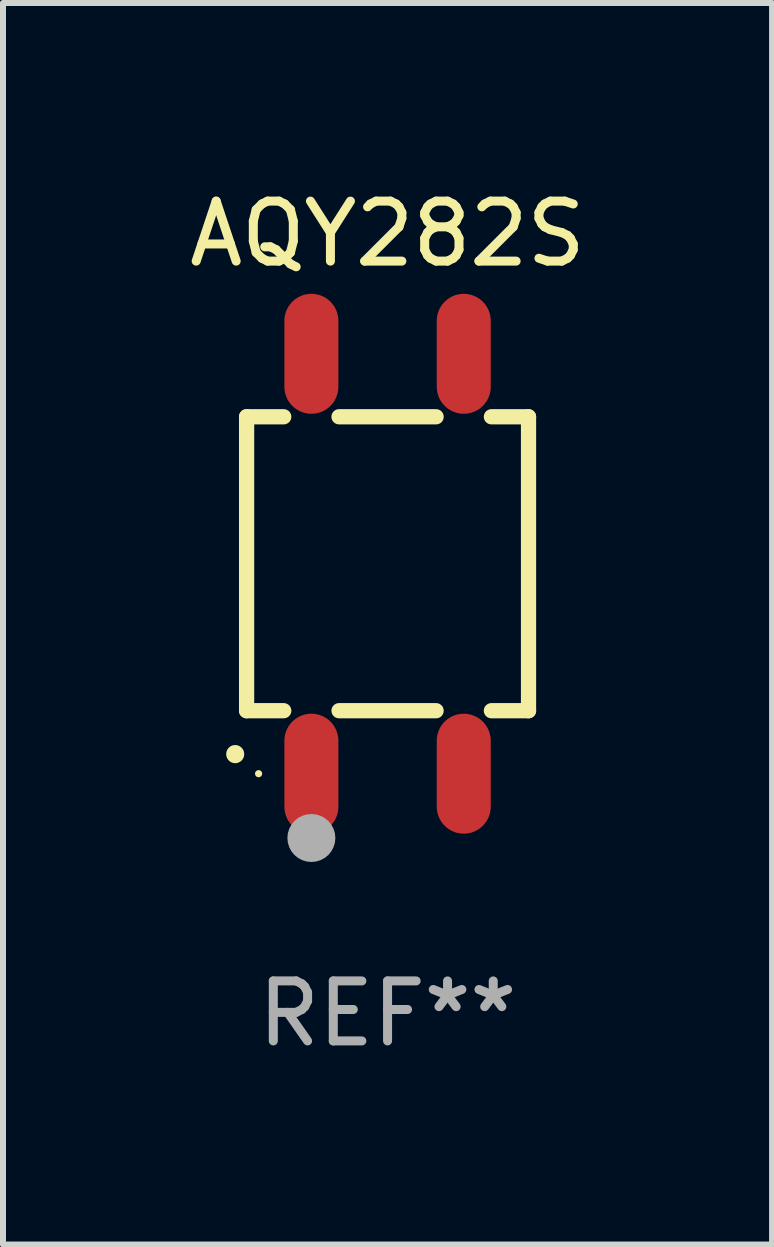
<source format=kicad_pcb>
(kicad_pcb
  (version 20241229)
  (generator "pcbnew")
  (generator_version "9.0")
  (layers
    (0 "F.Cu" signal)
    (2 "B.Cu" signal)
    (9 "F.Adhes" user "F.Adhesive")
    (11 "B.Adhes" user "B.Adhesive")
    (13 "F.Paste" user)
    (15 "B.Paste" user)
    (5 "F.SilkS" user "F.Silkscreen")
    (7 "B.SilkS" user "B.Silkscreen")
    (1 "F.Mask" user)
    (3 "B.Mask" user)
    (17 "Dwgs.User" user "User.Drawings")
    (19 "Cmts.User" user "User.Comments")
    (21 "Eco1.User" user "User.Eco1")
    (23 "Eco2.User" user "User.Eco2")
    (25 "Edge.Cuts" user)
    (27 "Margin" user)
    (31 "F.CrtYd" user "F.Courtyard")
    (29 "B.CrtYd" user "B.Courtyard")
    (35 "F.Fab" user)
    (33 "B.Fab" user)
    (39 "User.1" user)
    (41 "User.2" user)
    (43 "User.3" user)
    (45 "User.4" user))
  (footprint "AQY282S"
    (layer "F.Cu")
    (at 3.411 6.348)
    (property "Reference" "AQY282S" (at 0 -5.5 0) (layer "F.SilkS") (effects (font (size 1 1) (thickness 0.15))))
    (attr through_hole)
    (fp_line (start -2.35 -2.45) (end -2.35 2.45) (stroke (width 0.254) (type solid)) (layer "F.SilkS"))
    (fp_line (start -2.35 -2.45) (end -1.731 -2.45) (stroke (width 0.254) (type solid)) (layer "F.SilkS"))
    (fp_line (start -2.35 2.45) (end -1.731 2.45) (stroke (width 0.254) (type solid)) (layer "F.SilkS"))
    (fp_line (start -0.809 -2.45) (end 0.809 -2.45) (stroke (width 0.254) (type solid)) (layer "F.SilkS"))
    (fp_line (start -0.809 2.45) (end 0.809 2.45) (stroke (width 0.254) (type solid)) (layer "F.SilkS"))
    (fp_line (start 1.731 -2.45) (end 2.35 -2.45) (stroke (width 0.254) (type solid)) (layer "F.SilkS"))
    (fp_line (start 1.731 2.45) (end 2.35 2.45) (stroke (width 0.254) (type solid)) (layer "F.SilkS"))
    (fp_line (start 2.35 -2.45) (end 2.35 2.45) (stroke (width 0.254) (type solid)) (layer "F.SilkS"))
    (fp_arc (start -2.540005 3.174879) (mid -2.54001 3.173609) (end -2.540005 3.172339) (stroke (width 0.3) (type solid)) (layer "F.SilkS"))
    (fp_circle (center -2.15 3.5) (end -2.12 3.5) (stroke (width 0.06) (type solid)) (fill no) (layer "F.SilkS"))
    (fp_circle (center -1.27 4.572) (end -1.07 4.572) (stroke (width 0.4) (type solid)) (fill no) (layer "F.Fab"))
    (fp_text user "REF**" (at 0 7.5 0) (layer "F.Fab") (effects (font (size 1 1) (thickness 0.15))))
    (pad "1" smd oval (at -1.27 3.5 180) (size 0.9 2) (layers "F.Cu" "F.Mask" "F.Paste"))
    (pad "2" smd oval (at 1.27 3.5 180) (size 0.9 2) (layers "F.Cu" "F.Mask" "F.Paste"))
    (pad "3" smd oval (at 1.27 -3.5 180) (size 0.9 2) (layers "F.Cu" "F.Mask" "F.Paste"))
    (pad "4" smd oval (at -1.27 -3.5 180) (size 0.9 2) (layers "F.Cu" "F.Mask" "F.Paste")))
  (gr_rect
    (start -3 -3)
    (end 9.821 17.697)
    (stroke (width 0.1) (type default))
    (fill no)
    (layer "Edge.Cuts")))
</source>
